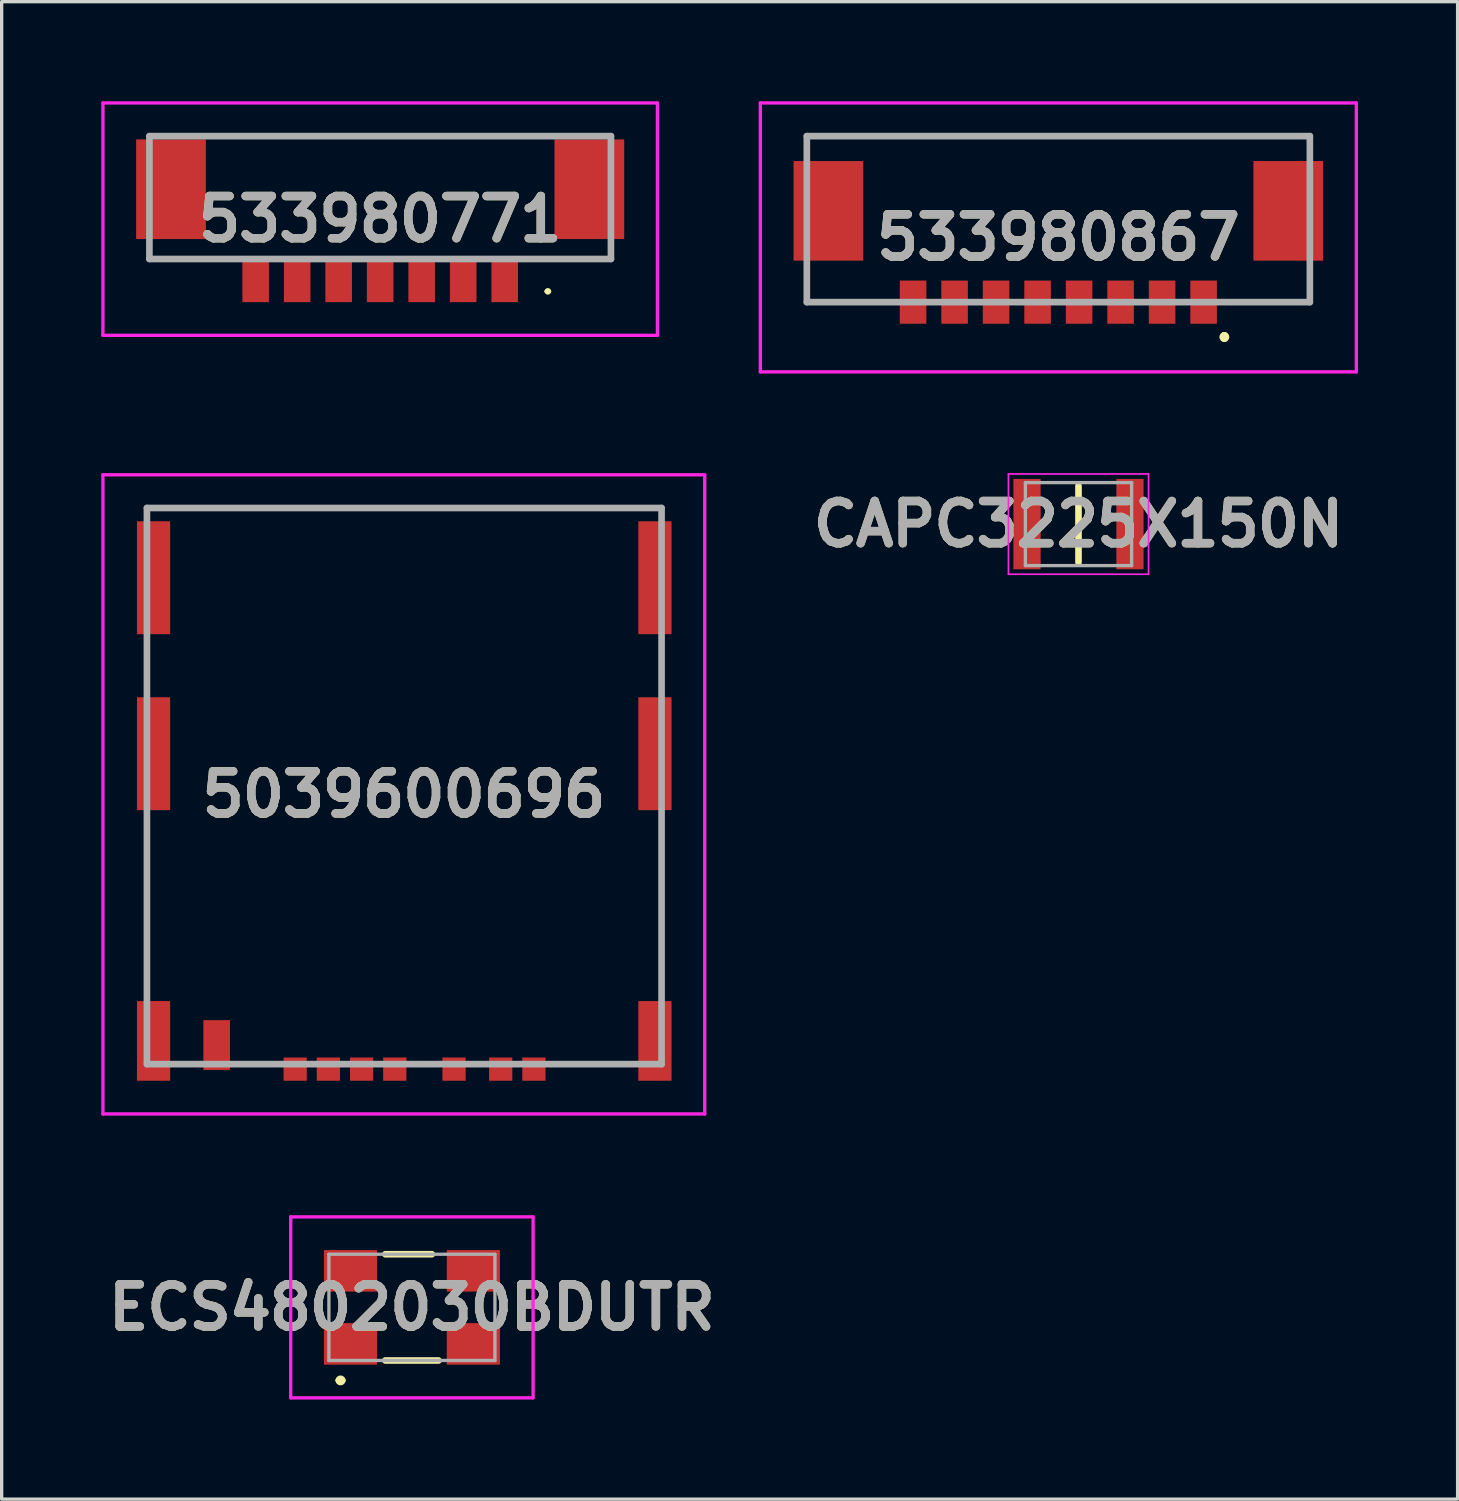
<source format=kicad_pcb>
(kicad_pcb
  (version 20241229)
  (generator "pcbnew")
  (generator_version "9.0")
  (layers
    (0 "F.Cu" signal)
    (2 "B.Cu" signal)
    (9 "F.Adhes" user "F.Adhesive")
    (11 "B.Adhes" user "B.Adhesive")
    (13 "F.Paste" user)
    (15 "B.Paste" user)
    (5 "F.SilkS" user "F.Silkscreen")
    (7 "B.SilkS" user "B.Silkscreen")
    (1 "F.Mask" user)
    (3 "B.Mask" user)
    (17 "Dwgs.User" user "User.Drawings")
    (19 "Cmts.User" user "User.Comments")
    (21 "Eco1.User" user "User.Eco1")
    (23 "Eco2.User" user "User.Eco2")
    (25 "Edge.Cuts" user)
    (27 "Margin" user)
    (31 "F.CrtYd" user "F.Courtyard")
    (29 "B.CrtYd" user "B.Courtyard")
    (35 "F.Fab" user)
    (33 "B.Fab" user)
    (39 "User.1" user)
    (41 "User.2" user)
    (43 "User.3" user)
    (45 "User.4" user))
  (footprint "ECS4802030BDUTR"
    (layer "F.Cu")
    (at 9.356 36.325)
    (property "Reference" "ECS4802030BDUTR" (at 0 0 0) (layer "F.SilkS") (effects (font (size 1.27 1.27) (thickness 0.254))))
    (attr smd)
    (fp_line (start -2.2 2.2) (end -2.2 2.2) (stroke (width 0.2) (type solid)) (layer "F.SilkS"))
    (fp_line (start -2.1 2.2) (end -2.1 2.2) (stroke (width 0.2) (type solid)) (layer "F.SilkS"))
    (fp_line (start -0.8 -1.6) (end 0.6 -1.6) (stroke (width 0.2) (type solid)) (layer "F.SilkS"))
    (fp_line (start -0.8 1.6) (end 0.8 1.6) (stroke (width 0.2) (type solid)) (layer "F.SilkS"))
    (fp_arc (start -2.2 2.2) (mid -2.15 2.15) (end -2.1 2.2) (stroke (width 0.2) (type solid)) (layer "F.SilkS"))
    (fp_arc (start -2.1 2.2) (mid -2.15 2.25) (end -2.2 2.2) (stroke (width 0.2) (type solid)) (layer "F.SilkS"))
    (fp_line (start -3.65 -2.725) (end 3.65 -2.725) (stroke (width 0.1) (type solid)) (layer "F.CrtYd"))
    (fp_line (start -3.65 2.725) (end -3.65 -2.725) (stroke (width 0.1) (type solid)) (layer "F.CrtYd"))
    (fp_line (start 3.65 -2.725) (end 3.65 2.725) (stroke (width 0.1) (type solid)) (layer "F.CrtYd"))
    (fp_line (start 3.65 2.725) (end -3.65 2.725) (stroke (width 0.1) (type solid)) (layer "F.CrtYd"))
    (fp_line (start -2.5 -1.6) (end 2.5 -1.6) (stroke (width 0.1) (type solid)) (layer "F.Fab"))
    (fp_line (start -2.5 1.6) (end -2.5 -1.6) (stroke (width 0.1) (type solid)) (layer "F.Fab"))
    (fp_line (start 2.5 -1.6) (end 2.5 1.6) (stroke (width 0.1) (type solid)) (layer "F.Fab"))
    (fp_line (start 2.5 1.6) (end -2.5 1.6) (stroke (width 0.1) (type solid)) (layer "F.Fab"))
    (fp_text user "${REFERENCE}" (at 0 0 0) (layer "F.Fab") (effects (font (size 1.27 1.27) (thickness 0.254))))
    (pad "1" smd rect (at -1.85 1.1 90) (size 1.25 1.6) (layers "F.Cu" "F.Mask" "F.Paste"))
    (pad "2" smd rect (at 1.85 1.1 90) (size 1.25 1.6) (layers "F.Cu" "F.Mask" "F.Paste"))
    (pad "3" smd rect (at 1.85 -1.1 90) (size 1.25 1.6) (layers "F.Cu" "F.Mask" "F.Paste"))
    (pad "4" smd rect (at -1.85 -1.1 90) (size 1.25 1.6) (layers "F.Cu" "F.Mask" "F.Paste")))
  (footprint "533980771"
    (layer "F.Cu")
    (at 8.4 3.225)
    (property "Reference" "533980771" (at 0 0.325 0) (layer "F.SilkS") (effects (font (size 1.27 1.27) (thickness 0.254))))
    (attr smd)
    (fp_line (start -4.5 -2.175) (end 4.5 -2.175) (stroke (width 0.1) (type solid)) (layer "F.SilkS"))
    (fp_line (start 5 2.5) (end 5 2.5) (stroke (width 0.1) (type solid)) (layer "F.SilkS"))
    (fp_line (start 5.1 2.5) (end 5.1 2.5) (stroke (width 0.1) (type solid)) (layer "F.SilkS"))
    (fp_arc (start 5 2.5) (mid 5.05 2.45) (end 5.1 2.5) (stroke (width 0.1) (type solid)) (layer "F.SilkS"))
    (fp_arc (start 5.1 2.5) (mid 5.05 2.55) (end 5 2.5) (stroke (width 0.1) (type solid)) (layer "F.SilkS"))
    (fp_line (start -8.35 -3.175) (end 8.35 -3.175) (stroke (width 0.1) (type solid)) (layer "F.CrtYd"))
    (fp_line (start -8.35 3.825) (end -8.35 -3.175) (stroke (width 0.1) (type solid)) (layer "F.CrtYd"))
    (fp_line (start 8.35 -3.175) (end 8.35 3.825) (stroke (width 0.1) (type solid)) (layer "F.CrtYd"))
    (fp_line (start 8.35 3.825) (end -8.35 3.825) (stroke (width 0.1) (type solid)) (layer "F.CrtYd"))
    (fp_line (start -6.95 -2.175) (end 6.95 -2.175) (stroke (width 0.2) (type solid)) (layer "F.Fab"))
    (fp_line (start -6.95 1.525) (end -6.95 -2.175) (stroke (width 0.2) (type solid)) (layer "F.Fab"))
    (fp_line (start 6.95 -2.175) (end 6.95 1.525) (stroke (width 0.2) (type solid)) (layer "F.Fab"))
    (fp_line (start 6.95 1.525) (end -6.95 1.525) (stroke (width 0.2) (type solid)) (layer "F.Fab"))
    (fp_text user "${REFERENCE}" (at 0 0.325 0) (layer "F.Fab") (effects (font (size 1.27 1.27) (thickness 0.254))))
    (pad "1" smd rect (at 3.75 2.175) (size 0.8 1.3) (layers "F.Cu" "F.Mask" "F.Paste"))
    (pad "2" smd rect (at 2.5 2.175) (size 0.8 1.3) (layers "F.Cu" "F.Mask" "F.Paste"))
    (pad "3" smd rect (at 1.25 2.175) (size 0.8 1.3) (layers "F.Cu" "F.Mask" "F.Paste"))
    (pad "4" smd rect (at 0 2.175) (size 0.8 1.3) (layers "F.Cu" "F.Mask" "F.Paste"))
    (pad "5" smd rect (at -1.25 2.175) (size 0.8 1.3) (layers "F.Cu" "F.Mask" "F.Paste"))
    (pad "6" smd rect (at -2.5 2.175) (size 0.8 1.3) (layers "F.Cu" "F.Mask" "F.Paste"))
    (pad "7" smd rect (at -3.75 2.175) (size 0.8 1.3) (layers "F.Cu" "F.Mask" "F.Paste"))
    (pad "MP1" smd rect (at -6.3 -0.575) (size 2.1 3) (layers "F.Cu" "F.Mask" "F.Paste"))
    (pad "MP2" smd rect (at 6.3 -0.575) (size 2.1 3) (layers "F.Cu" "F.Mask" "F.Paste")))
  (footprint "5039600696"
    (layer "F.Cu")
    (at 8.55 20.7)
    (property "Reference" "5039600696" (at 0.563 0.175 0) (layer "F.SilkS") (effects (font (size 1.27 1.27) (thickness 0.254))))
    (attr smd)
    (fp_line (start -7.175 -8.45) (end 8.325 -8.45) (stroke (width 0.1) (type solid)) (layer "F.SilkS"))
    (fp_line (start -7.175 1.05) (end -7.175 6.05) (stroke (width 0.1) (type solid)) (layer "F.SilkS"))
    (fp_line (start 8.325 1.05) (end 8.325 6.05) (stroke (width 0.1) (type solid)) (layer "F.SilkS"))
    (fp_line (start -8.5 -9.45) (end 9.625 -9.45) (stroke (width 0.1) (type solid)) (layer "F.CrtYd"))
    (fp_line (start -8.5 9.8) (end -8.5 -9.45) (stroke (width 0.1) (type solid)) (layer "F.CrtYd"))
    (fp_line (start 9.625 -9.45) (end 9.625 9.8) (stroke (width 0.1) (type solid)) (layer "F.CrtYd"))
    (fp_line (start 9.625 9.8) (end -8.5 9.8) (stroke (width 0.1) (type solid)) (layer "F.CrtYd"))
    (fp_line (start -7.175 -8.45) (end 8.325 -8.45) (stroke (width 0.2) (type solid)) (layer "F.Fab"))
    (fp_line (start -7.175 8.3) (end -7.175 -8.45) (stroke (width 0.2) (type solid)) (layer "F.Fab"))
    (fp_line (start 8.325 -8.45) (end 8.325 8.3) (stroke (width 0.2) (type solid)) (layer "F.Fab"))
    (fp_line (start 8.325 8.3) (end -7.175 8.3) (stroke (width 0.2) (type solid)) (layer "F.Fab"))
    (fp_text user "${REFERENCE}" (at 0.563 0.175 0) (layer "F.Fab") (effects (font (size 1.27 1.27) (thickness 0.254))))
    (pad "C1" smd rect (at -1.71 8.45) (size 0.7 0.7) (layers "F.Cu" "F.Mask" "F.Paste"))
    (pad "C2" smd rect (at 0.29 8.45) (size 0.7 0.7) (layers "F.Cu" "F.Mask" "F.Paste"))
    (pad "C3" smd rect (at 4.48 8.45) (size 0.7 0.7) (layers "F.Cu" "F.Mask" "F.Paste"))
    (pad "C5" smd rect (at -2.71 8.45) (size 0.7 0.7) (layers "F.Cu" "F.Mask" "F.Paste"))
    (pad "C6" smd rect (at -0.71 8.45) (size 0.7 0.7) (layers "F.Cu" "F.Mask" "F.Paste"))
    (pad "C7" smd rect (at 3.48 8.45) (size 0.7 0.7) (layers "F.Cu" "F.Mask" "F.Paste"))
    (pad "DL1" smd rect (at -5.075 7.725) (size 0.8 1.5) (layers "F.Cu" "F.Mask" "F.Paste"))
    (pad "DS1" smd rect (at 2.075 8.45) (size 0.7 0.7) (layers "F.Cu" "F.Mask" "F.Paste"))
    (pad "G1" smd rect (at -6.975 -6.35) (size 1 3.4) (layers "F.Cu" "F.Mask" "F.Paste"))
    (pad "G2" smd rect (at -6.975 -1.05) (size 1 3.4) (layers "F.Cu" "F.Mask" "F.Paste"))
    (pad "G3" smd rect (at -6.975 7.6) (size 1 2.4) (layers "F.Cu" "F.Mask" "F.Paste"))
    (pad "G4" smd rect (at 8.125 7.6) (size 1 2.4) (layers "F.Cu" "F.Mask" "F.Paste"))
    (pad "G5" smd rect (at 8.125 -1.05) (size 1 3.4) (layers "F.Cu" "F.Mask" "F.Paste"))
    (pad "G6" smd rect (at 8.125 -6.35) (size 1 3.4) (layers "F.Cu" "F.Mask" "F.Paste")))
  (footprint "533980867"
    (layer "F.Cu")
    (at 28.825 3.55)
    (property "Reference" "533980867" (at 0 0.55 0) (layer "F.SilkS") (effects (font (size 1.27 1.27) (thickness 0.254))))
    (attr smd)
    (fp_line (start -7.575 -2.5) (end 7.575 -2.5) (stroke (width 0.1) (type solid)) (layer "F.SilkS"))
    (fp_line (start -7.575 2) (end -7.575 2.5) (stroke (width 0.1) (type solid)) (layer "F.SilkS"))
    (fp_line (start -7.575 2.5) (end -5.5 2.5) (stroke (width 0.1) (type solid)) (layer "F.SilkS"))
    (fp_line (start 5 3.5) (end 5 3.5) (stroke (width 0.2) (type solid)) (layer "F.SilkS"))
    (fp_line (start 5 3.6) (end 5 3.6) (stroke (width 0.2) (type solid)) (layer "F.SilkS"))
    (fp_line (start 7.575 2) (end 7.575 2.5) (stroke (width 0.1) (type solid)) (layer "F.SilkS"))
    (fp_line (start 7.575 2.5) (end 5.5 2.5) (stroke (width 0.1) (type solid)) (layer "F.SilkS"))
    (fp_arc (start 5 3.5) (mid 5.05 3.55) (end 5 3.6) (stroke (width 0.2) (type solid)) (layer "F.SilkS"))
    (fp_arc (start 5 3.6) (mid 4.95 3.55) (end 5 3.5) (stroke (width 0.2) (type solid)) (layer "F.SilkS"))
    (fp_line (start -8.975 -3.5) (end 8.975 -3.5) (stroke (width 0.1) (type solid)) (layer "F.CrtYd"))
    (fp_line (start -8.975 4.6) (end -8.975 -3.5) (stroke (width 0.1) (type solid)) (layer "F.CrtYd"))
    (fp_line (start 8.975 -3.5) (end 8.975 4.6) (stroke (width 0.1) (type solid)) (layer "F.CrtYd"))
    (fp_line (start 8.975 4.6) (end -8.975 4.6) (stroke (width 0.1) (type solid)) (layer "F.CrtYd"))
    (fp_line (start -7.575 -2.5) (end 7.575 -2.5) (stroke (width 0.2) (type solid)) (layer "F.Fab"))
    (fp_line (start -7.575 2.5) (end -7.575 -2.5) (stroke (width 0.2) (type solid)) (layer "F.Fab"))
    (fp_line (start 7.575 -2.5) (end 7.575 2.5) (stroke (width 0.2) (type solid)) (layer "F.Fab"))
    (fp_line (start 7.575 2.5) (end -7.575 2.5) (stroke (width 0.2) (type solid)) (layer "F.Fab"))
    (fp_text user "${REFERENCE}" (at 0 0.55 0) (layer "F.Fab") (effects (font (size 1.27 1.27) (thickness 0.254))))
    (pad "1" smd rect (at 4.375 2.5) (size 0.8 1.3) (layers "F.Cu" "F.Mask" "F.Paste"))
    (pad "2" smd rect (at 3.125 2.5) (size 0.8 1.3) (layers "F.Cu" "F.Mask" "F.Paste"))
    (pad "3" smd rect (at 1.875 2.5) (size 0.8 1.3) (layers "F.Cu" "F.Mask" "F.Paste"))
    (pad "4" smd rect (at 0.625 2.5) (size 0.8 1.3) (layers "F.Cu" "F.Mask" "F.Paste"))
    (pad "5" smd rect (at -0.625 2.5) (size 0.8 1.3) (layers "F.Cu" "F.Mask" "F.Paste"))
    (pad "6" smd rect (at -1.875 2.5) (size 0.8 1.3) (layers "F.Cu" "F.Mask" "F.Paste"))
    (pad "7" smd rect (at -3.125 2.5) (size 0.8 1.3) (layers "F.Cu" "F.Mask" "F.Paste"))
    (pad "8" smd rect (at -4.375 2.5) (size 0.8 1.3) (layers "F.Cu" "F.Mask" "F.Paste"))
    (pad "MP1" smd rect (at 6.925 -0.25) (size 2.1 3) (layers "F.Cu" "F.Mask" "F.Paste"))
    (pad "MP2" smd rect (at -6.925 -0.25) (size 2.1 3) (layers "F.Cu" "F.Mask" "F.Paste")))
  (footprint "CAPC3225X150N"
    (layer "F.Cu")
    (at 29.432 12.735)
    (property "Reference" "CAPC3225X150N" (at 0 0 0) (layer "F.SilkS") (effects (font (size 1.27 1.27) (thickness 0.254))))
    (attr smd)
    (fp_line (start 0 -1.15) (end 0 1.15) (stroke (width 0.2) (type solid)) (layer "F.SilkS"))
    (fp_line (start -2.11 -1.51) (end 2.11 -1.51) (stroke (width 0.05) (type solid)) (layer "F.CrtYd"))
    (fp_line (start -2.11 1.51) (end -2.11 -1.51) (stroke (width 0.05) (type solid)) (layer "F.CrtYd"))
    (fp_line (start 2.11 -1.51) (end 2.11 1.51) (stroke (width 0.05) (type solid)) (layer "F.CrtYd"))
    (fp_line (start 2.11 1.51) (end -2.11 1.51) (stroke (width 0.05) (type solid)) (layer "F.CrtYd"))
    (fp_line (start -1.6 -1.25) (end 1.6 -1.25) (stroke (width 0.1) (type solid)) (layer "F.Fab"))
    (fp_line (start -1.6 1.25) (end -1.6 -1.25) (stroke (width 0.1) (type solid)) (layer "F.Fab"))
    (fp_line (start 1.6 -1.25) (end 1.6 1.25) (stroke (width 0.1) (type solid)) (layer "F.Fab"))
    (fp_line (start 1.6 1.25) (end -1.6 1.25) (stroke (width 0.1) (type solid)) (layer "F.Fab"))
    (fp_text user "${REFERENCE}" (at 0 0 0) (layer "F.Fab") (effects (font (size 1.27 1.27) (thickness 0.254))))
    (pad "1" smd rect (at -1.55 0) (size 0.82 2.72) (layers "F.Cu" "F.Mask" "F.Paste"))
    (pad "2" smd rect (at 1.55 0) (size 0.82 2.72) (layers "F.Cu" "F.Mask" "F.Paste")))
  (gr_rect
    (start -3 -3)
    (end 40.85 42.1)
    (stroke (width 0.1) (type default))
    (fill no)
    (layer "Edge.Cuts")))
</source>
